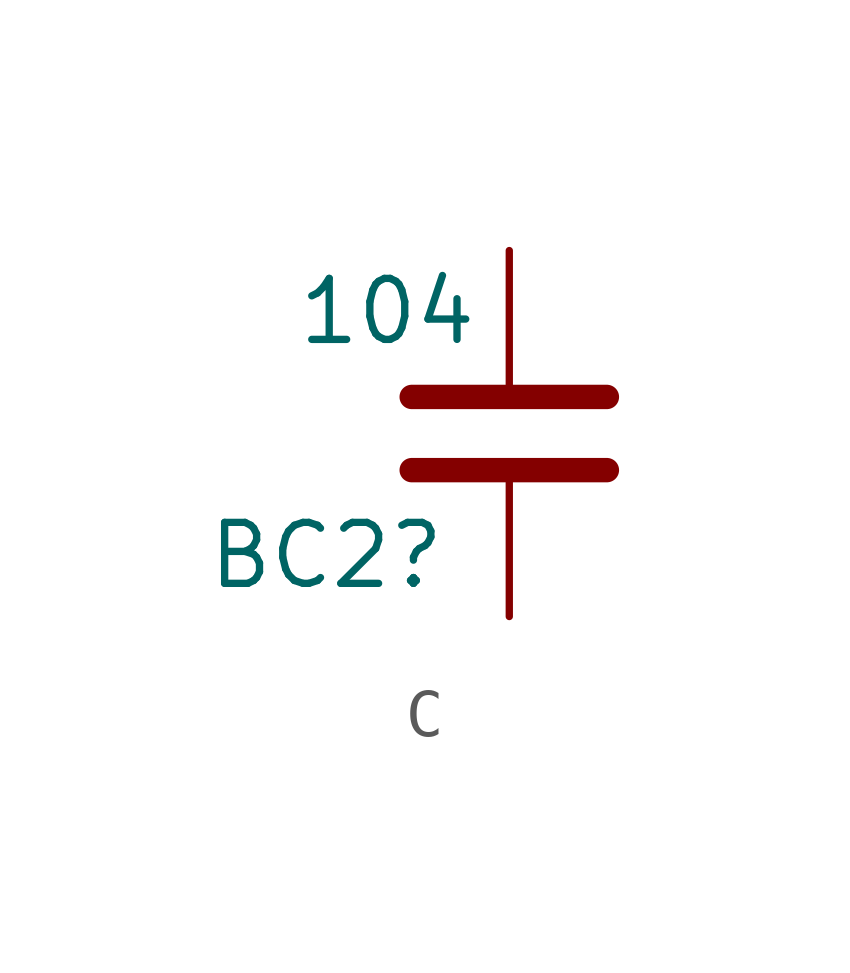
<source format=kicad_sym>
(kicad_symbol_lib
  (version 20231120)
  (generator "kicad_symbol_editor")
  (generator_version "8.0")
  (symbol "C"
    (pin_numbers hide)
    (pin_names
      (offset 0.254))
    (property "Reference" "BC2"
      (at -3.81 -2.54 0)
      (effects (font (size 1.27 1.27))))
    (property "Value" "104"
      (at -2.54 2.54 0)
      (effects (font (size 1.27 1.27))))
    (symbol "C_0_1"
      (polyline (pts (xy -2.032 -0.762) (xy 2.032 -0.762)) (stroke (width 0.508) (type default)) (fill (type none)))
      (polyline (pts (xy -2.032 0.762) (xy 2.032 0.762)) (stroke (width 0.508) (type default)) (fill (type none))))
    (symbol "C_1_1"
      (pin passive line (at 0 3.81 270) (length 2.794) (name "~" (effects (font (size 1.27 1.27)))) (number "1" (effects (font (size 1.27 1.27)))))
      (pin passive line (at 0 -3.81 90) (length 2.794) (name "~" (effects (font (size 1.27 1.27)))) (number "2" (effects (font (size 1.27 1.27))))))))
</source>
